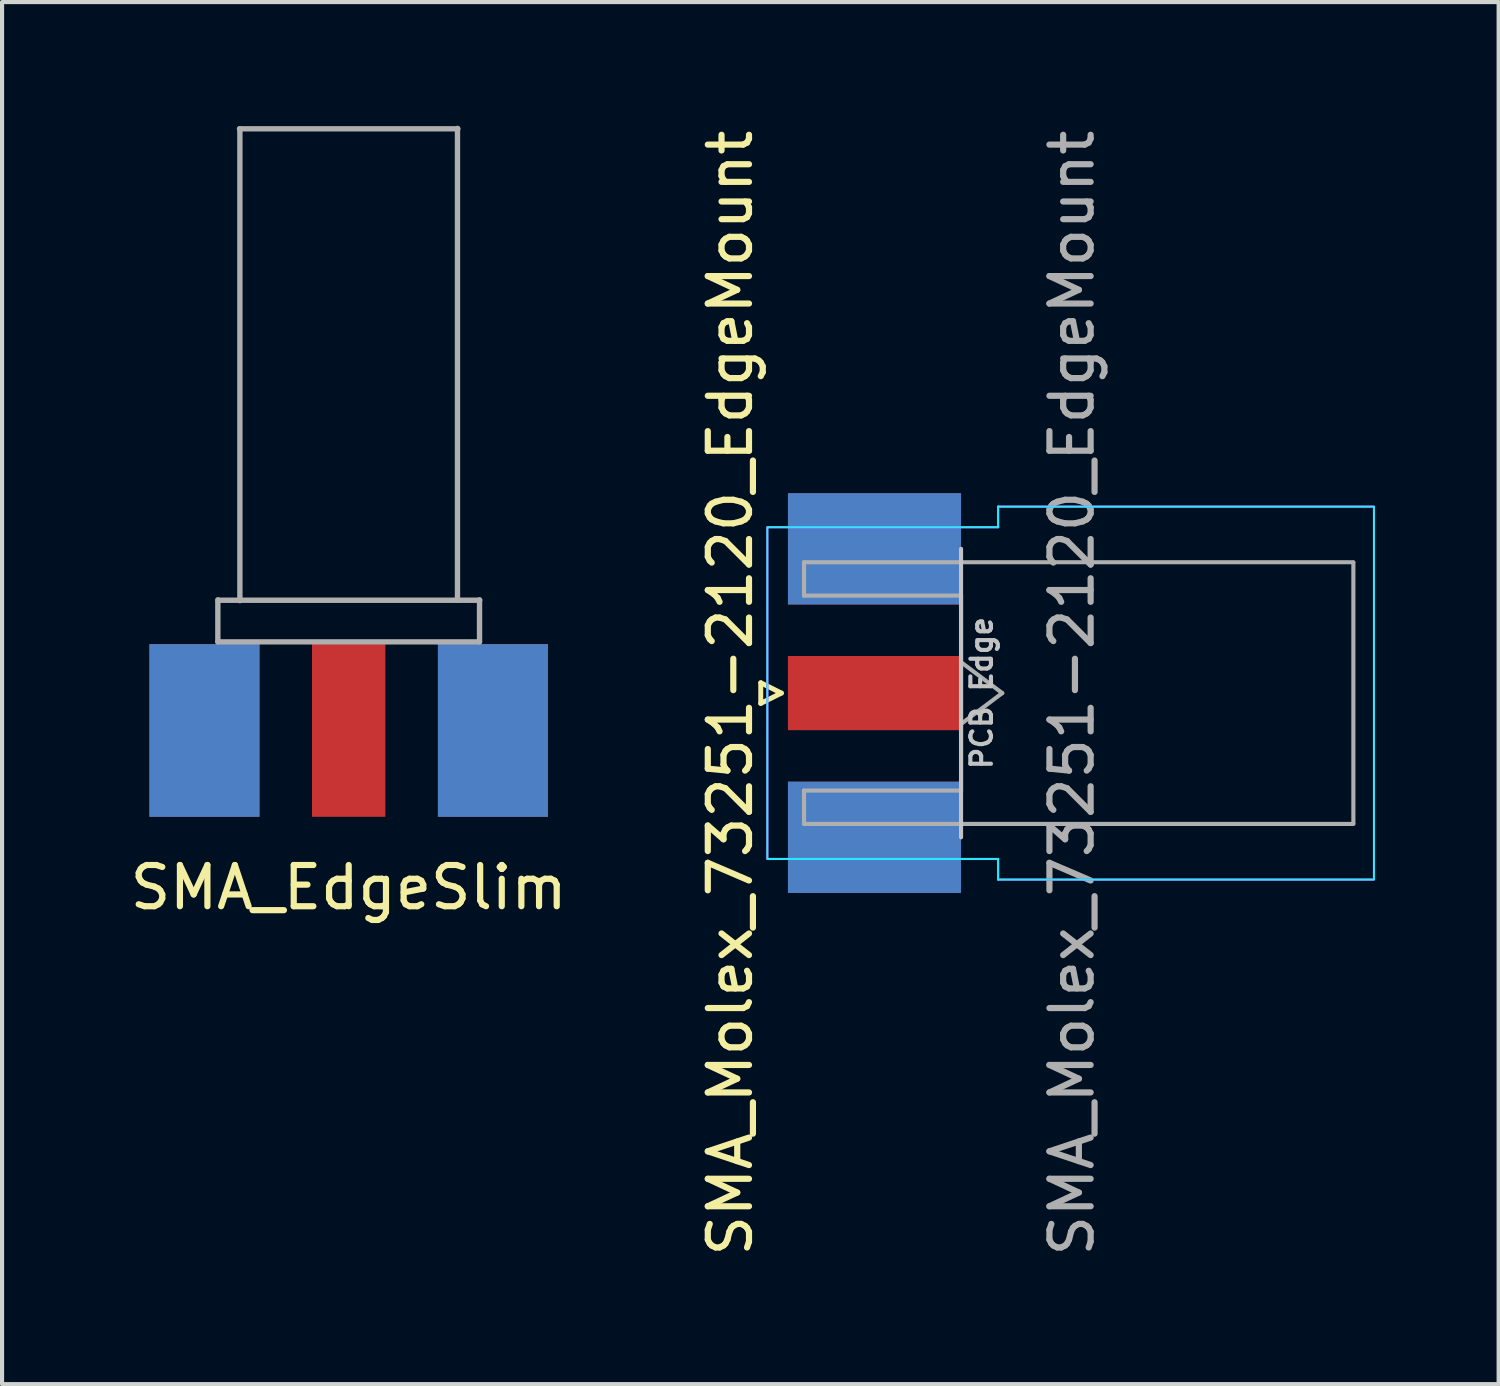
<source format=kicad_pcb>
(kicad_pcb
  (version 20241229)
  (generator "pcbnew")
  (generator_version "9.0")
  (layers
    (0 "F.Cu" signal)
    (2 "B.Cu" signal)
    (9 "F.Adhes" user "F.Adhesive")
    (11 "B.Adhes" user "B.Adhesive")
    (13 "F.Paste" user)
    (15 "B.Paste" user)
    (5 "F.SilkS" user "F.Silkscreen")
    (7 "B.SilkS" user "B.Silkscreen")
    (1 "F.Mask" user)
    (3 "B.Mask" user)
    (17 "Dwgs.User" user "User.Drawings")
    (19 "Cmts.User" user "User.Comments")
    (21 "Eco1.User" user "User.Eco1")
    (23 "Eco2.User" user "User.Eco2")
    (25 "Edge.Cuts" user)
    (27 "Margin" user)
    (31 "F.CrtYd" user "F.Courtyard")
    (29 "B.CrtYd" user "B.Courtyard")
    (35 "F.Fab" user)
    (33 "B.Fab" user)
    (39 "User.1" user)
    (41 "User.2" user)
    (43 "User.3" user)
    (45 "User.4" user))
  (footprint "SMA_Molex_73251-2120_EdgeMount"
    (layer "F.Cu")
    (at 18.17 13.768)
    (property "Reference" "SMA_Molex_73251-2120_EdgeMount" (at -3.5 0 90) (layer "F.SilkS") (effects (font (size 1 1) (thickness 0.15))))
    (attr smd)
    (fp_line (start -2.76 -0.25) (end -2.76 0.25) (stroke (width 0.12) (type solid)) (layer "F.SilkS"))
    (fp_line (start -2.76 0.25) (end -2.26 0) (stroke (width 0.12) (type solid)) (layer "F.SilkS"))
    (fp_line (start -2.26 0) (end -2.76 -0.25) (stroke (width 0.12) (type solid)) (layer "F.SilkS"))
    (fp_line (start 2.1 -3.5) (end 2.1 3.5) (stroke (width 0.1) (type solid)) (layer "Dwgs.User"))
    (fp_line (start -2.6 4) (end -2.6 -4) (stroke (width 0.05) (type solid)) (layer "B.CrtYd"))
    (fp_line (start 3 -4.525) (end 3 -4.025) (stroke (width 0.05) (type solid)) (layer "B.CrtYd"))
    (fp_line (start 3 -4.025) (end -2.6 -4.025) (stroke (width 0.05) (type solid)) (layer "B.CrtYd"))
    (fp_line (start 3 4.025) (end -2.6 4.025) (stroke (width 0.05) (type solid)) (layer "B.CrtYd"))
    (fp_line (start 3 4.525) (end 3 4.025) (stroke (width 0.05) (type solid)) (layer "B.CrtYd"))
    (fp_line (start 12.12 -4.525) (end 3 -4.525) (stroke (width 0.05) (type solid)) (layer "B.CrtYd"))
    (fp_line (start 12.12 -4.5) (end 12.12 4.5) (stroke (width 0.05) (type solid)) (layer "B.CrtYd"))
    (fp_line (start 12.12 4.525) (end 3 4.525) (stroke (width 0.05) (type solid)) (layer "B.CrtYd"))
    (fp_line (start -2.6 4) (end -2.6 -4) (stroke (width 0.05) (type solid)) (layer "F.CrtYd"))
    (fp_line (start 3 -4.525) (end 3 -4.025) (stroke (width 0.05) (type solid)) (layer "F.CrtYd"))
    (fp_line (start 3 -4.025) (end -2.6 -4.025) (stroke (width 0.05) (type solid)) (layer "F.CrtYd"))
    (fp_line (start 3 4.025) (end -2.6 4.025) (stroke (width 0.05) (type solid)) (layer "F.CrtYd"))
    (fp_line (start 3 4.525) (end 3 4.025) (stroke (width 0.05) (type solid)) (layer "F.CrtYd"))
    (fp_line (start 12.12 -4.525) (end 3 -4.525) (stroke (width 0.05) (type solid)) (layer "F.CrtYd"))
    (fp_line (start 12.12 -4.5) (end 12.12 4.5) (stroke (width 0.05) (type solid)) (layer "F.CrtYd"))
    (fp_line (start 12.12 4.525) (end 3 4.525) (stroke (width 0.05) (type solid)) (layer "F.CrtYd"))
    (fp_line (start -1.71 -3.175) (end -1.71 -2.365) (stroke (width 0.1) (type solid)) (layer "F.Fab"))
    (fp_line (start -1.71 -3.175) (end 11.62 -3.175) (stroke (width 0.1) (type solid)) (layer "F.Fab"))
    (fp_line (start -1.71 -2.365) (end 2.1 -2.365) (stroke (width 0.1) (type solid)) (layer "F.Fab"))
    (fp_line (start -1.71 2.365) (end -1.71 3.175) (stroke (width 0.1) (type solid)) (layer "F.Fab"))
    (fp_line (start -1.71 3.175) (end 11.62 3.175) (stroke (width 0.1) (type solid)) (layer "F.Fab"))
    (fp_line (start 2.1 -2.365) (end 2.1 2.365) (stroke (width 0.1) (type solid)) (layer "F.Fab"))
    (fp_line (start 2.1 -0.75) (end 3.1 0) (stroke (width 0.1) (type solid)) (layer "F.Fab"))
    (fp_line (start 2.1 2.365) (end -1.71 2.365) (stroke (width 0.1) (type solid)) (layer "F.Fab"))
    (fp_line (start 3.1 0) (end 2.1 0.75) (stroke (width 0.1) (type solid)) (layer "F.Fab"))
    (fp_line (start 11.62 -3.165) (end 11.62 3.165) (stroke (width 0.1) (type solid)) (layer "F.Fab"))
    (fp_text user "PCB Edge" (at 2.6 0 90) (layer "Dwgs.User") (effects (font (size 0.5 0.5) (thickness 0.1))))
    (fp_text user "${REFERENCE}" (at 4.79 0 270) (layer "F.Fab") (effects (font (size 1 1) (thickness 0.15))))
    (pad "1" smd rect (at 0 0 90) (size 1.8 4.2) (layers "F.Cu" "F.Mask" "F.Paste"))
    (pad "2" smd rect (at 0 -3.5 90) (size 2.7 4.2) (layers "F.Cu" "F.Mask" "F.Paste"))
    (pad "2" smd rect (at 0 -3.5 90) (size 2.7 4.2) (layers "B.Cu" "B.Mask" "B.Paste"))
    (pad "2" smd rect (at 0 3.5 90) (size 2.7 4.2) (layers "F.Cu" "F.Mask" "F.Paste"))
    (pad "2" smd rect (at 0 3.5 90) (size 2.7 4.2) (layers "B.Cu" "B.Mask" "B.Paste")))
  (footprint "SMA_EdgeSlim"
    (layer "F.Cu")
    (at 5.411 14.675)
    (property "Reference" "SMA_EdgeSlim" (at 0 3.81 0) (layer "F.SilkS") (effects (font (size 1 1) (thickness 0.15))))
    (attr smd)
    (fp_line (start -3.175 -2.15) (end -3.175 -3.17) (stroke (width 0.13) (type solid)) (layer "F.Fab"))
    (fp_line (start -3.175 -2.15) (end 3.175 -2.15) (stroke (width 0.13) (type solid)) (layer "F.Fab"))
    (fp_line (start -3.17 -3.16) (end 3.18 -3.16) (stroke (width 0.13) (type solid)) (layer "F.Fab"))
    (fp_line (start -2.65 -14.6) (end 2.65 -14.6) (stroke (width 0.13) (type solid)) (layer "F.Fab"))
    (fp_line (start -2.64 -3.15) (end -2.64 -14.6) (stroke (width 0.13) (type solid)) (layer "F.Fab"))
    (fp_line (start 2.64 -3.16) (end 2.64 -14.61) (stroke (width 0.13) (type solid)) (layer "F.Fab"))
    (fp_line (start 3.175 -2.15) (end 3.175 -3.17) (stroke (width 0.13) (type solid)) (layer "F.Fab"))
    (pad "1" smd rect (at 0 0) (size 1.78 4.19) (layers "F.Cu" "F.Mask" "F.Paste"))
    (pad "2" smd rect (at -3.5 0) (size 2.67 4.19) (layers "F.Cu" "F.Mask" "F.Paste"))
    (pad "2" smd rect (at -3.5 0) (size 2.67 4.19) (layers "F.Mask" "B.Cu" "F.Paste"))
    (pad "2" smd rect (at 3.5 0) (size 2.67 4.19) (layers "F.Cu" "F.Mask" "F.Paste"))
    (pad "2" smd rect (at 3.5 0) (size 2.67 4.19) (layers "F.Mask" "B.Cu" "F.Paste")))
  (gr_rect
    (start -3 -3)
    (end 33.315 30.536)
    (stroke (width 0.1) (type default))
    (fill no)
    (layer "Edge.Cuts")))
</source>
